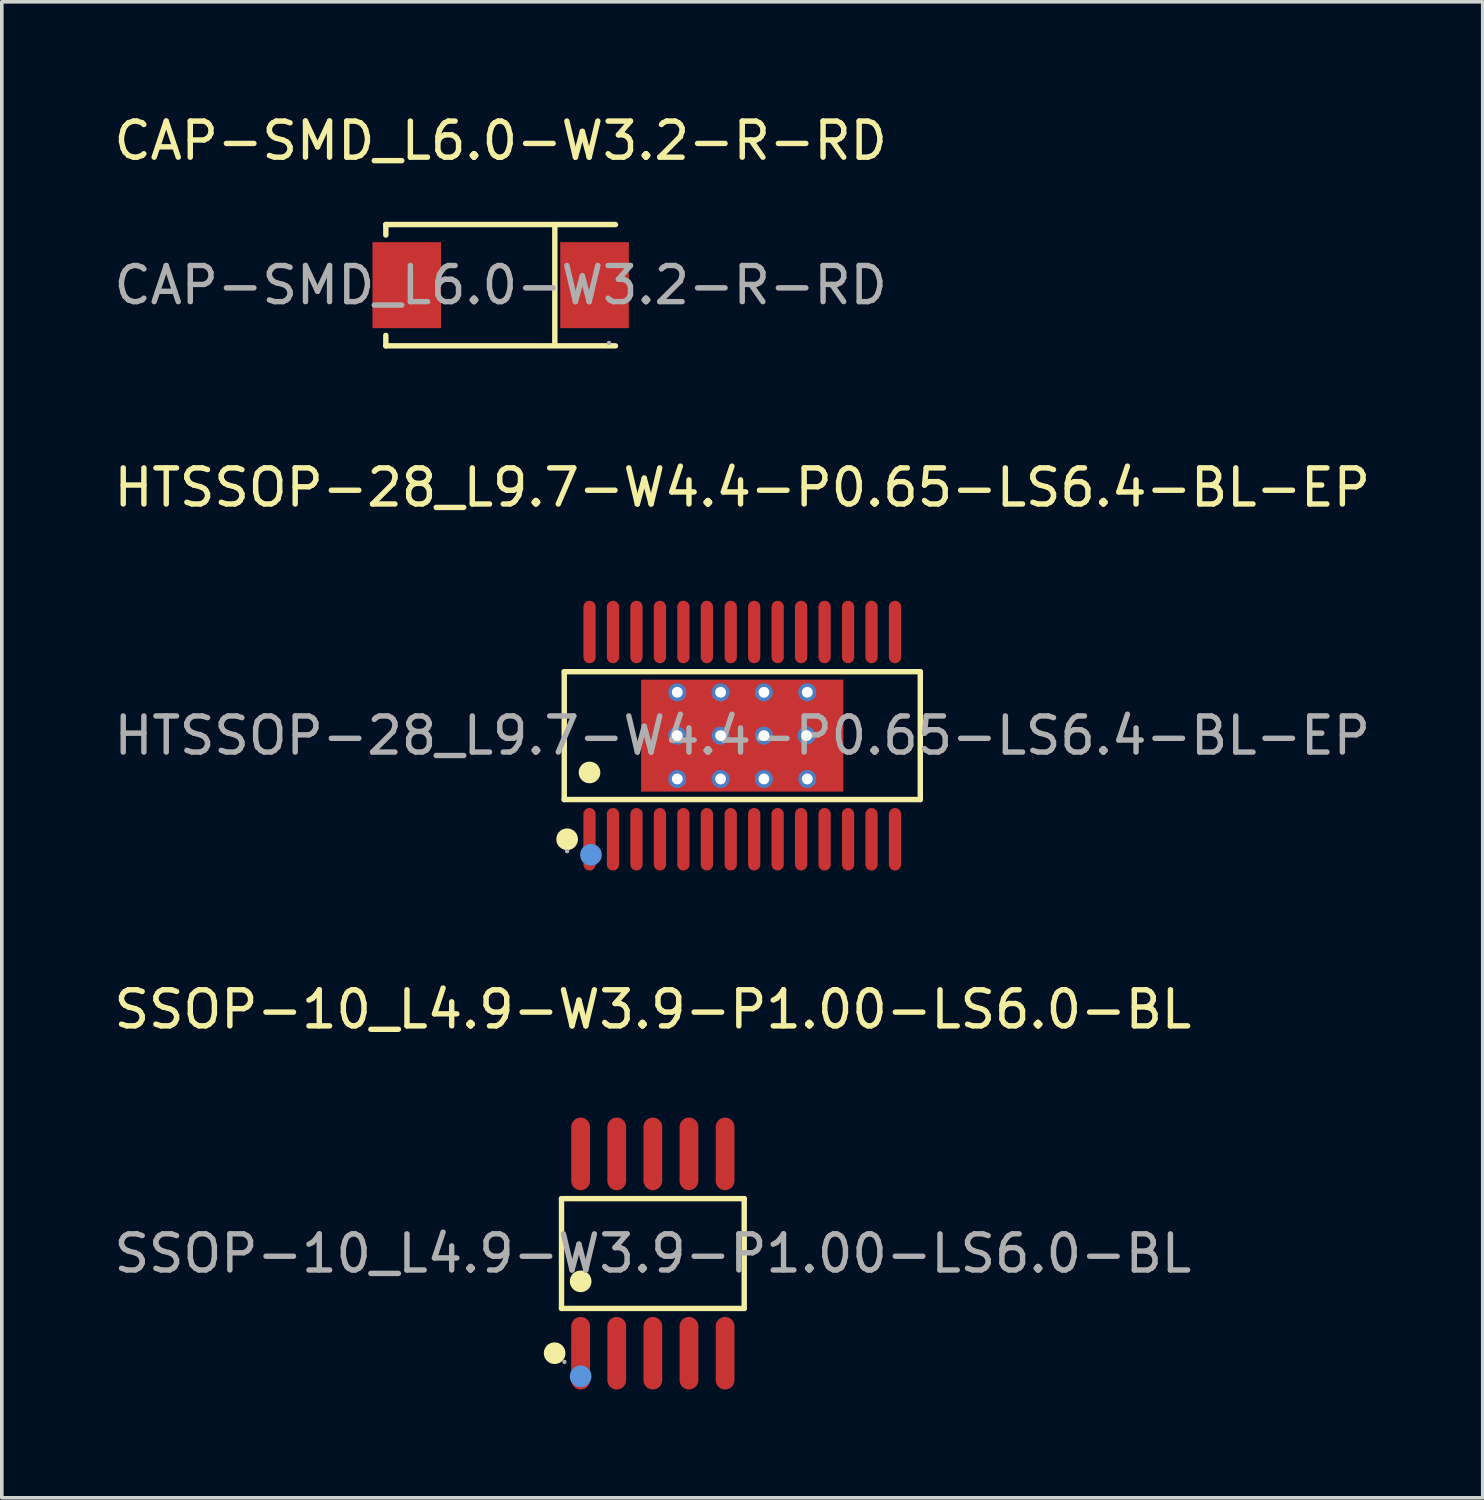
<source format=kicad_pcb>
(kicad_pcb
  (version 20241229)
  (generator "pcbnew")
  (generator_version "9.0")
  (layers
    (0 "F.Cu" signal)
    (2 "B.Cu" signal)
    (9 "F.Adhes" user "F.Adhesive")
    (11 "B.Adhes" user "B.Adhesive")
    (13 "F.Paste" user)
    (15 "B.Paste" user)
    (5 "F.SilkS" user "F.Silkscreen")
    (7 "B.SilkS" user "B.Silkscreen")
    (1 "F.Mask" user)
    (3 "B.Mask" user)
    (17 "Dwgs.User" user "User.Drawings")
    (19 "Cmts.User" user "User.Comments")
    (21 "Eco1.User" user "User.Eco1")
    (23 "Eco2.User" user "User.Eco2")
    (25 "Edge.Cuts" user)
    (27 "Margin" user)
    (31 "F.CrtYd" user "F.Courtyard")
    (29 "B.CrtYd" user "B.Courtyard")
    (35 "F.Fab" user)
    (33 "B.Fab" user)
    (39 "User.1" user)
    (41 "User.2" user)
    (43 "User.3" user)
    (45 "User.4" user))
  (footprint "HTSSOP-28_L9.7-W4.4-P0.65-LS6.4-BL-EP"
    (layer "F.Cu")
    (at 17.506 17.322)
    (property "Reference" "HTSSOP-28_L9.7-W4.4-P0.65-LS6.4-BL-EP" (at 0 -6.87 0) (layer "F.SilkS") (effects (font (size 1 1) (thickness 0.15))))
    (attr smd)
    (fp_line (start -4.93 -1.77) (end 4.93 -1.77) (stroke (width 0.15) (type solid)) (layer "F.SilkS"))
    (fp_line (start -4.93 1.77) (end -4.93 -1.77) (stroke (width 0.15) (type solid)) (layer "F.SilkS"))
    (fp_line (start 4.93 -1.77) (end 4.93 1.77) (stroke (width 0.15) (type solid)) (layer "F.SilkS"))
    (fp_line (start 4.93 1.77) (end -4.93 1.77) (stroke (width 0.15) (type solid)) (layer "F.SilkS"))
    (fp_circle (center -4.85 2.87) (end -4.7 2.87) (stroke (width 0.3) (type solid)) (fill no) (layer "F.SilkS"))
    (fp_circle (center -4.23 1.02) (end -4.08 1.02) (stroke (width 0.3) (type solid)) (fill no) (layer "F.SilkS"))
    (fp_circle (center -4.19 3.3) (end -4.04 3.3) (stroke (width 0.3) (type solid)) (fill no) (layer "Cmts.User"))
    (fp_circle (center -4.85 3.2) (end -4.82 3.2) (stroke (width 0.06) (type solid)) (fill no) (layer "F.Fab"))
    (fp_text user "${REFERENCE}" (at 0 0 0) (layer "F.Fab") (effects (font (size 1 1) (thickness 0.15))))
    (pad "" thru_hole circle (at -1.8 -1.2) (size 0.5 0.5) (drill 0.3) (layers "*.Cu" "*.Paste" "*.Mask"))
    (pad "" thru_hole circle (at -1.8 0) (size 0.5 0.5) (drill 0.3) (layers "*.Cu" "*.Paste" "*.Mask"))
    (pad "" thru_hole circle (at -1.8 1.2) (size 0.5 0.5) (drill 0.3) (layers "*.Cu" "*.Paste" "*.Mask"))
    (pad "" thru_hole circle (at -0.6 -1.2) (size 0.5 0.5) (drill 0.3) (layers "*.Cu" "*.Paste" "*.Mask"))
    (pad "" thru_hole circle (at -0.6 0) (size 0.5 0.5) (drill 0.3) (layers "*.Cu" "*.Paste" "*.Mask"))
    (pad "" thru_hole circle (at -0.6 1.2) (size 0.5 0.5) (drill 0.3) (layers "*.Cu" "*.Paste" "*.Mask"))
    (pad "" thru_hole circle (at 0.6 -1.2) (size 0.5 0.5) (drill 0.3) (layers "*.Cu" "*.Paste" "*.Mask"))
    (pad "" thru_hole circle (at 0.6 0) (size 0.5 0.5) (drill 0.3) (layers "*.Cu" "*.Paste" "*.Mask"))
    (pad "" thru_hole circle (at 0.6 1.2) (size 0.5 0.5) (drill 0.3) (layers "*.Cu" "*.Paste" "*.Mask"))
    (pad "" thru_hole circle (at 1.78 0) (size 0.5 0.5) (drill 0.3) (layers "*.Cu" "*.Paste" "*.Mask"))
    (pad "" thru_hole circle (at 1.8 -1.2) (size 0.5 0.5) (drill 0.3) (layers "*.Cu" "*.Paste" "*.Mask"))
    (pad "" thru_hole circle (at 1.8 1.2) (size 0.5 0.5) (drill 0.3) (layers "*.Cu" "*.Paste" "*.Mask"))
    (pad "1" smd oval (at -4.23 2.87) (size 0.34 1.73) (layers "F.Cu" "F.Mask" "F.Paste"))
    (pad "2" smd oval (at -3.58 2.87) (size 0.34 1.73) (layers "F.Cu" "F.Mask" "F.Paste"))
    (pad "3" smd oval (at -2.93 2.87) (size 0.34 1.73) (layers "F.Cu" "F.Mask" "F.Paste"))
    (pad "4" smd oval (at -2.28 2.87) (size 0.34 1.73) (layers "F.Cu" "F.Mask" "F.Paste"))
    (pad "5" smd oval (at -1.63 2.87) (size 0.34 1.73) (layers "F.Cu" "F.Mask" "F.Paste"))
    (pad "6" smd oval (at -0.98 2.87) (size 0.34 1.73) (layers "F.Cu" "F.Mask" "F.Paste"))
    (pad "7" smd oval (at -0.32 2.87) (size 0.34 1.73) (layers "F.Cu" "F.Mask" "F.Paste"))
    (pad "8" smd oval (at 0.33 2.87) (size 0.34 1.73) (layers "F.Cu" "F.Mask" "F.Paste"))
    (pad "9" smd oval (at 0.98 2.87) (size 0.34 1.73) (layers "F.Cu" "F.Mask" "F.Paste"))
    (pad "10" smd oval (at 1.63 2.87) (size 0.34 1.73) (layers "F.Cu" "F.Mask" "F.Paste"))
    (pad "11" smd oval (at 2.28 2.87) (size 0.34 1.73) (layers "F.Cu" "F.Mask" "F.Paste"))
    (pad "12" smd oval (at 2.93 2.87) (size 0.34 1.73) (layers "F.Cu" "F.Mask" "F.Paste"))
    (pad "13" smd oval (at 3.58 2.87) (size 0.34 1.73) (layers "F.Cu" "F.Mask" "F.Paste"))
    (pad "14" smd oval (at 4.23 2.87) (size 0.34 1.73) (layers "F.Cu" "F.Mask" "F.Paste"))
    (pad "15" smd oval (at 4.23 -2.87) (size 0.34 1.73) (layers "F.Cu" "F.Mask" "F.Paste"))
    (pad "16" smd oval (at 3.58 -2.87) (size 0.34 1.73) (layers "F.Cu" "F.Mask" "F.Paste"))
    (pad "17" smd oval (at 2.93 -2.87) (size 0.34 1.73) (layers "F.Cu" "F.Mask" "F.Paste"))
    (pad "18" smd oval (at 2.28 -2.87) (size 0.34 1.73) (layers "F.Cu" "F.Mask" "F.Paste"))
    (pad "19" smd oval (at 1.63 -2.87) (size 0.34 1.73) (layers "F.Cu" "F.Mask" "F.Paste"))
    (pad "20" smd oval (at 0.98 -2.87) (size 0.34 1.73) (layers "F.Cu" "F.Mask" "F.Paste"))
    (pad "21" smd oval (at 0.33 -2.87) (size 0.34 1.73) (layers "F.Cu" "F.Mask" "F.Paste"))
    (pad "22" smd oval (at -0.32 -2.87) (size 0.34 1.73) (layers "F.Cu" "F.Mask" "F.Paste"))
    (pad "23" smd oval (at -0.98 -2.87) (size 0.34 1.73) (layers "F.Cu" "F.Mask" "F.Paste"))
    (pad "24" smd oval (at -1.63 -2.87) (size 0.34 1.73) (layers "F.Cu" "F.Mask" "F.Paste"))
    (pad "25" smd oval (at -2.28 -2.87) (size 0.34 1.73) (layers "F.Cu" "F.Mask" "F.Paste"))
    (pad "26" smd oval (at -2.93 -2.87) (size 0.34 1.73) (layers "F.Cu" "F.Mask" "F.Paste"))
    (pad "27" smd oval (at -3.58 -2.87) (size 0.34 1.73) (layers "F.Cu" "F.Mask" "F.Paste"))
    (pad "28" smd oval (at -4.23 -2.87) (size 0.34 1.73) (layers "F.Cu" "F.Mask" "F.Paste"))
    (pad "29" smd rect (at 0 0) (size 5.6 3.1) (layers "F.Cu" "F.Mask" "F.Paste")))
  (footprint "CAP-SMD_L6.0-W3.2-R-RD"
    (layer "F.Cu")
    (at 10.815 4.848)
    (property "Reference" "CAP-SMD_L6.0-W3.2-R-RD" (at 0 -4 0) (layer "F.SilkS") (effects (font (size 1 1) (thickness 0.15))))
    (attr smd)
    (fp_line (start -3.18 -1.68) (end -3.18 -1.39) (stroke (width 0.15) (type solid)) (layer "F.SilkS"))
    (fp_line (start -3.18 -1.68) (end 3.18 -1.68) (stroke (width 0.15) (type solid)) (layer "F.SilkS"))
    (fp_line (start -3.18 1.68) (end -3.18 1.39) (stroke (width 0.15) (type solid)) (layer "F.SilkS"))
    (fp_line (start -3.18 1.68) (end 3.18 1.68) (stroke (width 0.15) (type solid)) (layer "F.SilkS"))
    (fp_line (start 1.5 -1.68) (end 1.5 1.67) (stroke (width 0.15) (type solid)) (layer "F.SilkS"))
    (fp_circle (center 3 1.6) (end 3.03 1.6) (stroke (width 0.06) (type solid)) (fill no) (layer "F.Fab"))
    (fp_text user "${REFERENCE}" (at 0 0 0) (layer "F.Fab") (effects (font (size 1 1) (thickness 0.15))))
    (pad "1" smd rect (at 2.6 0) (size 1.9 2.38) (layers "F.Cu" "F.Mask" "F.Paste"))
    (pad "2" smd rect (at -2.6 0) (size 1.9 2.38) (layers "F.Cu" "F.Mask" "F.Paste")))
  (footprint "SSOP-10_L4.9-W3.9-P1.00-LS6.0-BL"
    (layer "F.Cu")
    (at 15.03 31.665)
    (property "Reference" "SSOP-10_L4.9-W3.9-P1.00-LS6.0-BL" (at 0 -6.76 0) (layer "F.SilkS") (effects (font (size 1 1) (thickness 0.15))))
    (attr smd)
    (fp_line (start -2.53 -1.52) (end 2.53 -1.52) (stroke (width 0.15) (type solid)) (layer "F.SilkS"))
    (fp_line (start -2.53 1.52) (end -2.53 -1.52) (stroke (width 0.15) (type solid)) (layer "F.SilkS"))
    (fp_line (start 2.53 -1.52) (end 2.53 1.52) (stroke (width 0.15) (type solid)) (layer "F.SilkS"))
    (fp_line (start 2.53 1.52) (end -2.53 1.52) (stroke (width 0.15) (type solid)) (layer "F.SilkS"))
    (fp_circle (center -2.72 2.76) (end -2.57 2.76) (stroke (width 0.3) (type solid)) (fill no) (layer "F.SilkS"))
    (fp_circle (center -2 0.77) (end -1.85 0.77) (stroke (width 0.3) (type solid)) (fill no) (layer "F.SilkS"))
    (fp_circle (center -2 3.4) (end -1.85 3.4) (stroke (width 0.3) (type solid)) (fill no) (layer "Cmts.User"))
    (fp_circle (center -2.45 3) (end -2.42 3) (stroke (width 0.06) (type solid)) (fill no) (layer "F.Fab"))
    (fp_text user "${REFERENCE}" (at 0 0 0) (layer "F.Fab") (effects (font (size 1 1) (thickness 0.15))))
    (pad "1" smd oval (at -2 2.76) (size 0.52 2.01) (layers "F.Cu" "F.Mask" "F.Paste"))
    (pad "2" smd oval (at -1 2.76) (size 0.52 2.01) (layers "F.Cu" "F.Mask" "F.Paste"))
    (pad "3" smd oval (at 0 2.76) (size 0.52 2.01) (layers "F.Cu" "F.Mask" "F.Paste"))
    (pad "4" smd oval (at 1 2.76) (size 0.52 2.01) (layers "F.Cu" "F.Mask" "F.Paste"))
    (pad "5" smd oval (at 2 2.76) (size 0.52 2.01) (layers "F.Cu" "F.Mask" "F.Paste"))
    (pad "6" smd oval (at 2 -2.76) (size 0.52 2.01) (layers "F.Cu" "F.Mask" "F.Paste"))
    (pad "7" smd oval (at 1 -2.76) (size 0.52 2.01) (layers "F.Cu" "F.Mask" "F.Paste"))
    (pad "8" smd oval (at 0 -2.76) (size 0.52 2.01) (layers "F.Cu" "F.Mask" "F.Paste"))
    (pad "9" smd oval (at -1 -2.76) (size 0.52 2.01) (layers "F.Cu" "F.Mask" "F.Paste"))
    (pad "10" smd oval (at -2 -2.76) (size 0.52 2.01) (layers "F.Cu" "F.Mask" "F.Paste")))
  (gr_rect
    (start -3 -3)
    (end 38.012 38.43)
    (stroke (width 0.1) (type default))
    (fill no)
    (layer "Edge.Cuts")))
</source>
